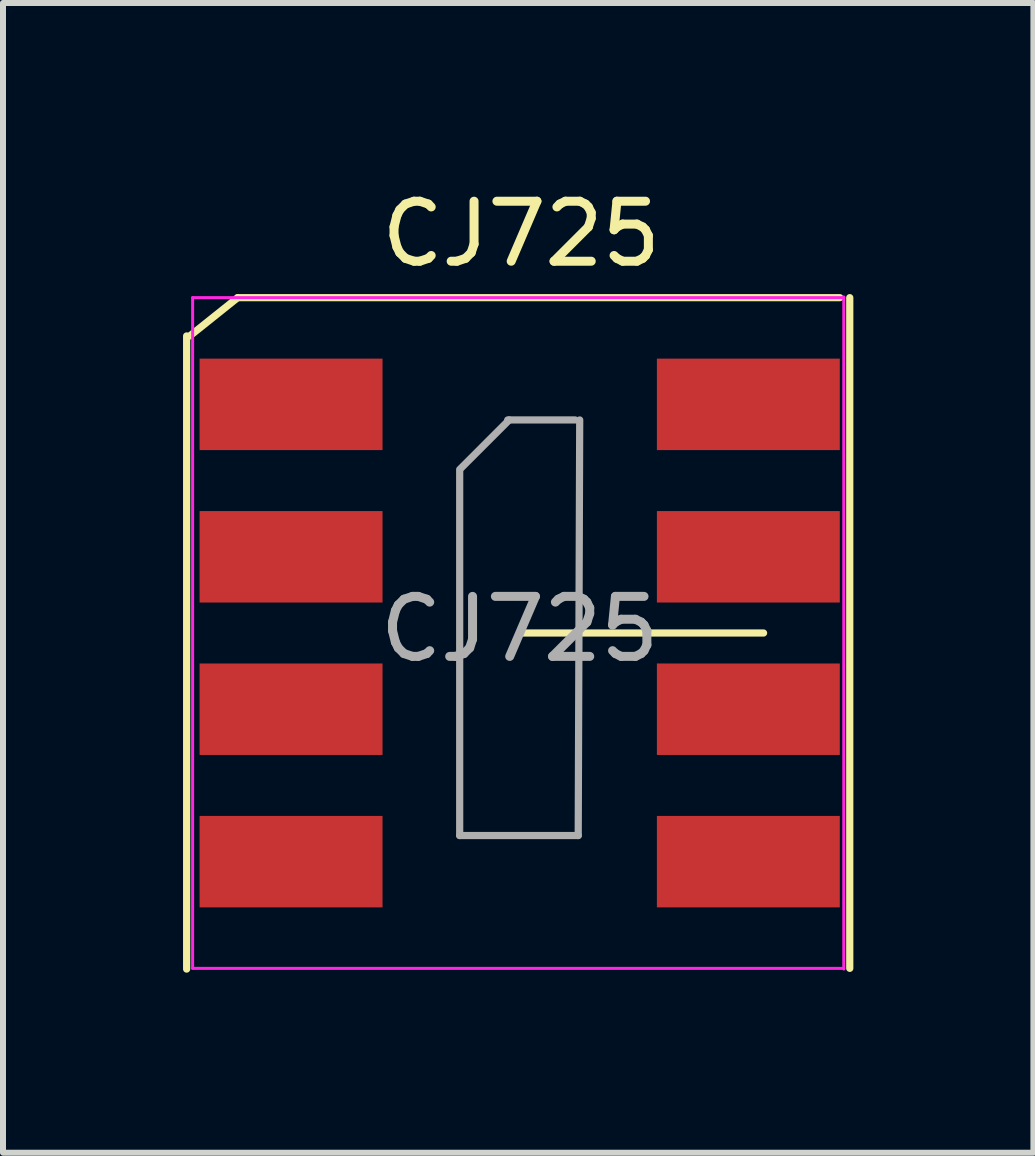
<source format=kicad_pcb>
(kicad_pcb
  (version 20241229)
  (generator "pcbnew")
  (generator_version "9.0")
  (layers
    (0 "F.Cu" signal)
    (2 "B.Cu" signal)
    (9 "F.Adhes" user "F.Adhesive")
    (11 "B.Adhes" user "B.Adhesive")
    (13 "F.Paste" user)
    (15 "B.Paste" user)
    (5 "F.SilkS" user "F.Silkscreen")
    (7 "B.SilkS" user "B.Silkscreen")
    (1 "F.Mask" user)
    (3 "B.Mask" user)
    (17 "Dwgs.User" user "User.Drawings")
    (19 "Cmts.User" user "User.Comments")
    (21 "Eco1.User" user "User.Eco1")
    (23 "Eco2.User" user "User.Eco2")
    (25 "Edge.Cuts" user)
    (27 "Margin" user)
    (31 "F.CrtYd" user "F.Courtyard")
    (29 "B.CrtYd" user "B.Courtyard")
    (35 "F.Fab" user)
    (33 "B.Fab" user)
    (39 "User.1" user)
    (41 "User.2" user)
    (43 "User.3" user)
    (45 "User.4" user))
  (footprint "CJ725"
    (layer "F.Cu")
    (at 5.61 7.498)
    (property "Reference" "CJ725" (at 0.025 -6.65 0) (layer "F.SilkS") (effects (font (size 1 1) (thickness 0.15))))
    (attr smd)
    (fp_line (start -5.55 -4.95) (end -5.55 5.6) (stroke (width 0.12) (type solid)) (layer "F.SilkS"))
    (fp_line (start -4.699 -5.588) (end -5.497 -4.95) (stroke (width 0.12) (type solid)) (layer "F.SilkS"))
    (fp_line (start -4.699 -5.588) (end 5.334 -5.588) (stroke (width 0.12) (type solid)) (layer "F.SilkS"))
    (fp_line (start 0 0) (end 4.064 0) (stroke (width 0.12) (type solid)) (layer "F.SilkS"))
    (fp_line (start 5.5 5.588) (end 5.5 -5.588) (stroke (width 0.12) (type solid)) (layer "F.SilkS"))
    (fp_line (start -5.45 -5.588) (end -5.45 5.588) (stroke (width 0.05) (type solid)) (layer "F.CrtYd"))
    (fp_line (start -5.45 -5.588) (end 5.4 -5.588) (stroke (width 0.05) (type solid)) (layer "F.CrtYd"))
    (fp_line (start 5.4 5.588) (end -5.45 5.588) (stroke (width 0.05) (type solid)) (layer "F.CrtYd"))
    (fp_line (start 5.4 5.6) (end 5.4 -5.6) (stroke (width 0.05) (type solid)) (layer "F.CrtYd"))
    (fp_line (start -1 3.375) (end -1 -2.725) (stroke (width 0.12) (type solid)) (layer "F.Fab"))
    (fp_line (start -0.975 -2.75) (end -0.175 -3.55) (stroke (width 0.12) (type solid)) (layer "F.Fab"))
    (fp_line (start -0.2 -3.55) (end 0.925 -3.55) (stroke (width 0.12) (type solid)) (layer "F.Fab"))
    (fp_line (start 0.975 3.375) (end -1 3.375) (stroke (width 0.12) (type solid)) (layer "F.Fab"))
    (fp_line (start 1 -3.55) (end 0.975 3.375) (stroke (width 0.12) (type solid)) (layer "F.Fab"))
    (fp_text user "${REFERENCE}" (at 0 -0.065 0) (layer "F.Fab") (effects (font (size 1 1) (thickness 0.15))))
    (pad "1" smd rect (at -3.81 -3.81) (size 3.048 1.524) (layers "F.Cu" "F.Mask" "F.Paste"))
    (pad "2" smd rect (at -3.81 -1.27) (size 3.048 1.524) (layers "F.Cu" "F.Mask" "F.Paste"))
    (pad "3" smd rect (at -3.81 1.27) (size 3.048 1.524) (layers "F.Cu" "F.Mask" "F.Paste"))
    (pad "4" smd rect (at -3.81 3.81) (size 3.048 1.524) (layers "F.Cu" "F.Mask" "F.Paste"))
    (pad "5" smd rect (at 3.81 3.81) (size 3.048 1.524) (layers "F.Cu" "F.Mask" "F.Paste"))
    (pad "6" smd rect (at 3.81 1.27) (size 3.048 1.524) (layers "F.Cu" "F.Mask" "F.Paste"))
    (pad "7" smd rect (at 3.81 -1.27) (size 3.048 1.524) (layers "F.Cu" "F.Mask" "F.Paste"))
    (pad "8" smd rect (at 3.81 -3.81) (size 3.048 1.524) (layers "F.Cu" "F.Mask" "F.Paste")))
  (gr_rect
    (start -3 -3)
    (end 14.17 16.158)
    (stroke (width 0.1) (type default))
    (fill no)
    (layer "Edge.Cuts")))
</source>
